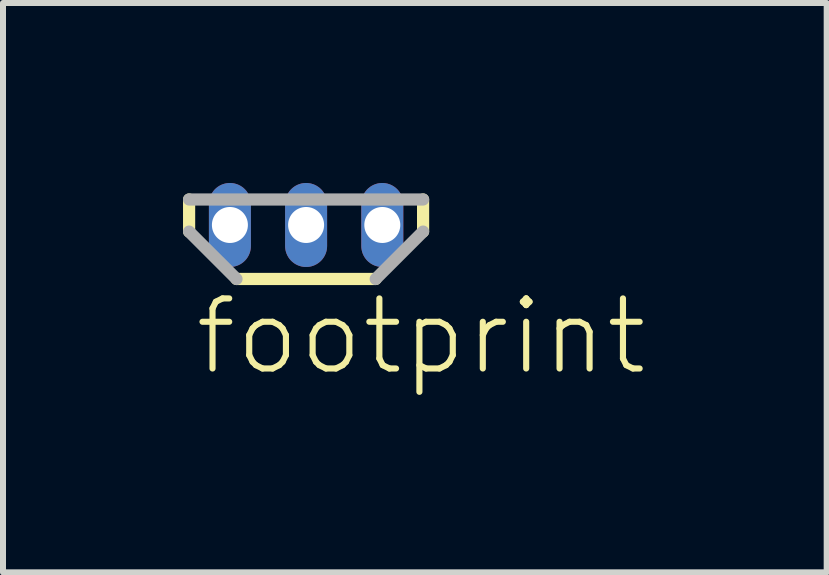
<source format=kicad_pcb>
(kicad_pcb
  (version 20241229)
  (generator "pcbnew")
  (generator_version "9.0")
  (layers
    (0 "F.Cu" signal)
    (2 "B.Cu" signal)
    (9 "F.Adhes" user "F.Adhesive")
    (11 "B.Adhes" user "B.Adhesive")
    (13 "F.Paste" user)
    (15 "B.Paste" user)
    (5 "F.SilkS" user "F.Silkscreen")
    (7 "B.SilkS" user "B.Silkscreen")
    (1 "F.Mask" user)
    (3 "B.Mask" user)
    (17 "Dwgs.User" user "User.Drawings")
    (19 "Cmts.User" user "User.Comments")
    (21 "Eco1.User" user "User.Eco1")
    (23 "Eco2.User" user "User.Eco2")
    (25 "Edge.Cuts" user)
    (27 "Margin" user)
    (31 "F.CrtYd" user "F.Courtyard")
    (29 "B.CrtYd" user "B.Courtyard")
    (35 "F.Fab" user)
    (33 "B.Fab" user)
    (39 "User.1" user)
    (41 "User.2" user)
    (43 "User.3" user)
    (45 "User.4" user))
  (footprint "footprint"
    (layer "F.Cu")
    (at 2.052 0.7)
    (property "Reference" "footprint" (at -1.905 2.54 0) (layer "F.SilkS") (effects (font (size 1.168 1.168) (thickness 0.102)) (justify left bottom)))
    (fp_line (start -1.95 -0.425) (end -1.95 0.11) (stroke (width 0.203) (type solid)) (layer "F.SilkS"))
    (fp_line (start -1.16 0.9) (end 1.16 0.9) (stroke (width 0.203) (type solid)) (layer "F.SilkS"))
    (fp_line (start 1.95 0.11) (end 1.95 -0.425) (stroke (width 0.203) (type solid)) (layer "F.SilkS"))
    (fp_line (start -1.95 0.11) (end -1.16 0.9) (stroke (width 0.203) (type solid)) (layer "F.Fab"))
    (fp_line (start 1.16 0.9) (end 1.95 0.11) (stroke (width 0.203) (type solid)) (layer "F.Fab"))
    (fp_line (start 1.95 -0.425) (end -1.95 -0.425) (stroke (width 0.203) (type solid)) (layer "F.Fab"))
    (pad "1" thru_hole oval (at -1.27 0 90) (size 1.4 0.7) (drill 0.6) (layers "*.Cu" "*.Mask"))
    (pad "2" thru_hole oval (at 0 0 90) (size 1.4 0.7) (drill 0.6) (layers "*.Cu" "*.Mask"))
    (pad "3" thru_hole oval (at 1.27 0 90) (size 1.4 0.7) (drill 0.6) (layers "*.Cu" "*.Mask")))
  (gr_rect
    (start -3 -3)
    (end 10.729 6.49)
    (stroke (width 0.1) (type default))
    (fill no)
    (layer "Edge.Cuts")))
</source>
